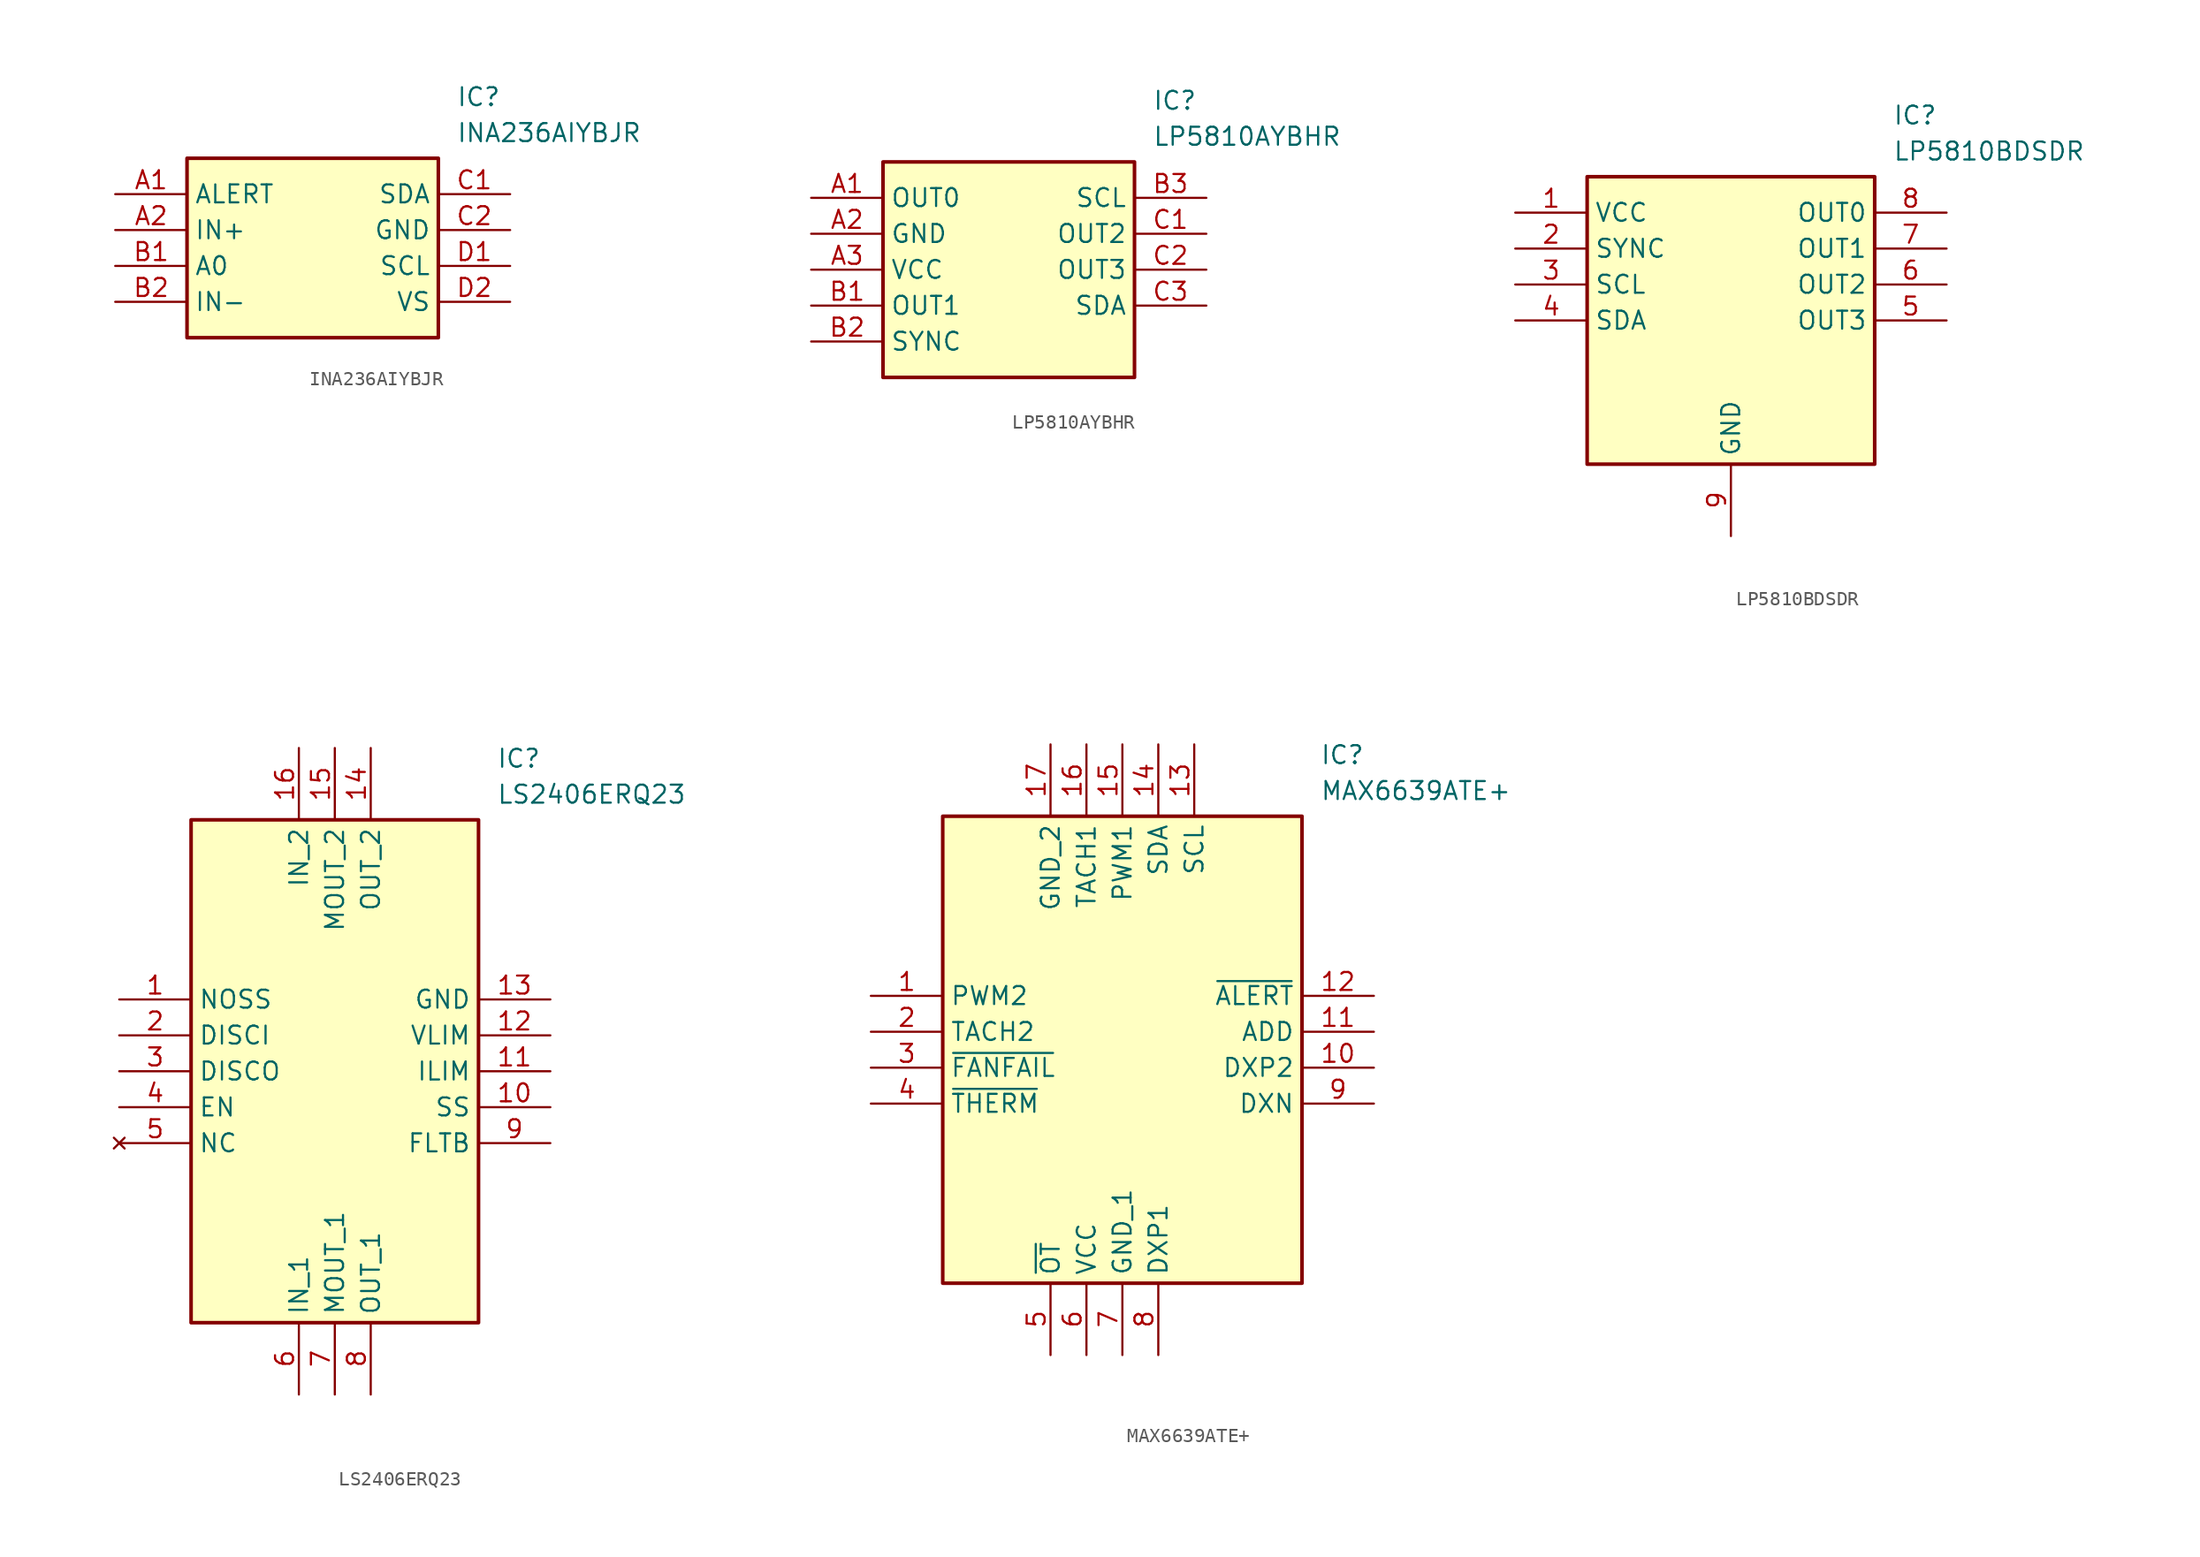
<source format=kicad_sym>
(kicad_symbol_lib
  (version 20220914)
  (generator SamacSys_ECAD_Model)
  (symbol "INA236AIYBJR"
    (property "Reference" "IC"
      (at 24.13 7.62 0)
      (effects (font (size 1.27 1.27)) (justify left top)))
    (property "Value" "INA236AIYBJR"
      (at 24.13 5.08 0)
      (effects (font (size 1.27 1.27)) (justify left top)))
    (rectangle
      (start 5.08 2.54)
      (end 22.86 -10.16)
      (stroke (width 0.254) (type default))
      (fill (type background)))
    (pin passive line
      (at 0 0 0)
      (length 5.08)
      (name "ALERT" (effects (font (size 1.27 1.27))))
      (number "A1" (effects (font (size 1.27 1.27)))))
    (pin passive line
      (at 0 -2.54 0)
      (length 5.08)
      (name "IN+" (effects (font (size 1.27 1.27))))
      (number "A2" (effects (font (size 1.27 1.27)))))
    (pin passive line
      (at 0 -5.08 0)
      (length 5.08)
      (name "A0" (effects (font (size 1.27 1.27))))
      (number "B1" (effects (font (size 1.27 1.27)))))
    (pin passive line
      (at 0 -7.62 0)
      (length 5.08)
      (name "IN-" (effects (font (size 1.27 1.27))))
      (number "B2" (effects (font (size 1.27 1.27)))))
    (pin passive line
      (at 27.94 0 180)
      (length 5.08)
      (name "SDA" (effects (font (size 1.27 1.27))))
      (number "C1" (effects (font (size 1.27 1.27)))))
    (pin passive line
      (at 27.94 -2.54 180)
      (length 5.08)
      (name "GND" (effects (font (size 1.27 1.27))))
      (number "C2" (effects (font (size 1.27 1.27)))))
    (pin passive line
      (at 27.94 -5.08 180)
      (length 5.08)
      (name "SCL" (effects (font (size 1.27 1.27))))
      (number "D1" (effects (font (size 1.27 1.27)))))
    (pin passive line
      (at 27.94 -7.62 180)
      (length 5.08)
      (name "VS" (effects (font (size 1.27 1.27))))
      (number "D2" (effects (font (size 1.27 1.27))))))
  (symbol "LP5810AYBHR"
    (property "Reference" "IC"
      (at 24.13 7.62 0)
      (effects (font (size 1.27 1.27)) (justify left top)))
    (property "Value" "LP5810AYBHR"
      (at 24.13 5.08 0)
      (effects (font (size 1.27 1.27)) (justify left top)))
    (rectangle
      (start 5.08 2.54)
      (end 22.86 -12.7)
      (stroke (width 0.254) (type default))
      (fill (type background)))
    (pin passive line
      (at 0 0 0)
      (length 5.08)
      (name "OUT0" (effects (font (size 1.27 1.27))))
      (number "A1" (effects (font (size 1.27 1.27)))))
    (pin passive line
      (at 0 -2.54 0)
      (length 5.08)
      (name "GND" (effects (font (size 1.27 1.27))))
      (number "A2" (effects (font (size 1.27 1.27)))))
    (pin passive line
      (at 0 -5.08 0)
      (length 5.08)
      (name "VCC" (effects (font (size 1.27 1.27))))
      (number "A3" (effects (font (size 1.27 1.27)))))
    (pin passive line
      (at 0 -7.62 0)
      (length 5.08)
      (name "OUT1" (effects (font (size 1.27 1.27))))
      (number "B1" (effects (font (size 1.27 1.27)))))
    (pin passive line
      (at 0 -10.16 0)
      (length 5.08)
      (name "SYNC" (effects (font (size 1.27 1.27))))
      (number "B2" (effects (font (size 1.27 1.27)))))
    (pin passive line
      (at 27.94 0 180)
      (length 5.08)
      (name "SCL" (effects (font (size 1.27 1.27))))
      (number "B3" (effects (font (size 1.27 1.27)))))
    (pin passive line
      (at 27.94 -2.54 180)
      (length 5.08)
      (name "OUT2" (effects (font (size 1.27 1.27))))
      (number "C1" (effects (font (size 1.27 1.27)))))
    (pin passive line
      (at 27.94 -5.08 180)
      (length 5.08)
      (name "OUT3" (effects (font (size 1.27 1.27))))
      (number "C2" (effects (font (size 1.27 1.27)))))
    (pin passive line
      (at 27.94 -7.62 180)
      (length 5.08)
      (name "SDA" (effects (font (size 1.27 1.27))))
      (number "C3" (effects (font (size 1.27 1.27))))))
  (symbol "LP5810BDSDR"
    (property "Reference" "IC"
      (at 26.67 7.62 0)
      (effects (font (size 1.27 1.27)) (justify left top)))
    (property "Value" "LP5810BDSDR"
      (at 26.67 5.08 0)
      (effects (font (size 1.27 1.27)) (justify left top)))
    (rectangle
      (start 5.08 2.54)
      (end 25.4 -17.78)
      (stroke (width 0.254) (type default))
      (fill (type background)))
    (pin passive line
      (at 0 0 0)
      (length 5.08)
      (name "VCC" (effects (font (size 1.27 1.27))))
      (number "1" (effects (font (size 1.27 1.27)))))
    (pin passive line
      (at 0 -2.54 0)
      (length 5.08)
      (name "SYNC" (effects (font (size 1.27 1.27))))
      (number "2" (effects (font (size 1.27 1.27)))))
    (pin passive line
      (at 0 -5.08 0)
      (length 5.08)
      (name "SCL" (effects (font (size 1.27 1.27))))
      (number "3" (effects (font (size 1.27 1.27)))))
    (pin passive line
      (at 0 -7.62 0)
      (length 5.08)
      (name "SDA" (effects (font (size 1.27 1.27))))
      (number "4" (effects (font (size 1.27 1.27)))))
    (pin passive line
      (at 15.24 -22.86 90)
      (length 5.08)
      (name "GND" (effects (font (size 1.27 1.27))))
      (number "9" (effects (font (size 1.27 1.27)))))
    (pin passive line
      (at 30.48 0 180)
      (length 5.08)
      (name "OUT0" (effects (font (size 1.27 1.27))))
      (number "8" (effects (font (size 1.27 1.27)))))
    (pin passive line
      (at 30.48 -2.54 180)
      (length 5.08)
      (name "OUT1" (effects (font (size 1.27 1.27))))
      (number "7" (effects (font (size 1.27 1.27)))))
    (pin passive line
      (at 30.48 -5.08 180)
      (length 5.08)
      (name "OUT2" (effects (font (size 1.27 1.27))))
      (number "6" (effects (font (size 1.27 1.27)))))
    (pin passive line
      (at 30.48 -7.62 180)
      (length 5.08)
      (name "OUT3" (effects (font (size 1.27 1.27))))
      (number "5" (effects (font (size 1.27 1.27))))))
  (symbol "LS2406ERQ23"
    (property "Reference" "IC"
      (at 26.67 17.78 0)
      (effects (font (size 1.27 1.27)) (justify left top)))
    (property "Value" "LS2406ERQ23"
      (at 26.67 15.24 0)
      (effects (font (size 1.27 1.27)) (justify left top)))
    (rectangle
      (start 5.08 12.7)
      (end 25.4 -22.86)
      (stroke (width 0.254) (type default))
      (fill (type background)))
    (pin passive line
      (at 0 0 0)
      (length 5.08)
      (name "NOSS" (effects (font (size 1.27 1.27))))
      (number "1" (effects (font (size 1.27 1.27)))))
    (pin passive line
      (at 0 -2.54 0)
      (length 5.08)
      (name "DISCI" (effects (font (size 1.27 1.27))))
      (number "2" (effects (font (size 1.27 1.27)))))
    (pin passive line
      (at 0 -5.08 0)
      (length 5.08)
      (name "DISCO" (effects (font (size 1.27 1.27))))
      (number "3" (effects (font (size 1.27 1.27)))))
    (pin passive line
      (at 0 -7.62 0)
      (length 5.08)
      (name "EN" (effects (font (size 1.27 1.27))))
      (number "4" (effects (font (size 1.27 1.27)))))
    (pin no_connect line
      (at 0 -10.16 0)
      (length 5.08)
      (name "NC" (effects (font (size 1.27 1.27))))
      (number "5" (effects (font (size 1.27 1.27)))))
    (pin passive line
      (at 12.7 -27.94 90)
      (length 5.08)
      (name "IN_1" (effects (font (size 1.27 1.27))))
      (number "6" (effects (font (size 1.27 1.27)))))
    (pin passive line
      (at 15.24 -27.94 90)
      (length 5.08)
      (name "MOUT_1" (effects (font (size 1.27 1.27))))
      (number "7" (effects (font (size 1.27 1.27)))))
    (pin passive line
      (at 17.78 -27.94 90)
      (length 5.08)
      (name "OUT_1" (effects (font (size 1.27 1.27))))
      (number "8" (effects (font (size 1.27 1.27)))))
    (pin passive line
      (at 30.48 -10.16 180)
      (length 5.08)
      (name "FLTB" (effects (font (size 1.27 1.27))))
      (number "9" (effects (font (size 1.27 1.27)))))
    (pin passive line
      (at 30.48 -7.62 180)
      (length 5.08)
      (name "SS" (effects (font (size 1.27 1.27))))
      (number "10" (effects (font (size 1.27 1.27)))))
    (pin passive line
      (at 30.48 -5.08 180)
      (length 5.08)
      (name "ILIM" (effects (font (size 1.27 1.27))))
      (number "11" (effects (font (size 1.27 1.27)))))
    (pin passive line
      (at 30.48 -2.54 180)
      (length 5.08)
      (name "VLIM" (effects (font (size 1.27 1.27))))
      (number "12" (effects (font (size 1.27 1.27)))))
    (pin passive line
      (at 30.48 0 180)
      (length 5.08)
      (name "GND" (effects (font (size 1.27 1.27))))
      (number "13" (effects (font (size 1.27 1.27)))))
    (pin passive line
      (at 17.78 17.78 270)
      (length 5.08)
      (name "OUT_2" (effects (font (size 1.27 1.27))))
      (number "14" (effects (font (size 1.27 1.27)))))
    (pin passive line
      (at 15.24 17.78 270)
      (length 5.08)
      (name "MOUT_2" (effects (font (size 1.27 1.27))))
      (number "15" (effects (font (size 1.27 1.27)))))
    (pin passive line
      (at 12.7 17.78 270)
      (length 5.08)
      (name "IN_2" (effects (font (size 1.27 1.27))))
      (number "16" (effects (font (size 1.27 1.27))))))
  (symbol "MAX6639ATE+"
    (property "Reference" "IC"
      (at 31.75 17.78 0)
      (effects (font (size 1.27 1.27)) (justify left top)))
    (property "Value" "MAX6639ATE+"
      (at 31.75 15.24 0)
      (effects (font (size 1.27 1.27)) (justify left top)))
    (rectangle
      (start 5.08 12.7)
      (end 30.48 -20.32)
      (stroke (width 0.254) (type default))
      (fill (type background)))
    (pin passive line
      (at 0 0 0)
      (length 5.08)
      (name "PWM2" (effects (font (size 1.27 1.27))))
      (number "1" (effects (font (size 1.27 1.27)))))
    (pin passive line
      (at 0 -2.54 0)
      (length 5.08)
      (name "TACH2" (effects (font (size 1.27 1.27))))
      (number "2" (effects (font (size 1.27 1.27)))))
    (pin passive line
      (at 0 -5.08 0)
      (length 5.08)
      (name "~{FANFAIL}" (effects (font (size 1.27 1.27))))
      (number "3" (effects (font (size 1.27 1.27)))))
    (pin passive line
      (at 0 -7.62 0)
      (length 5.08)
      (name "~{THERM}" (effects (font (size 1.27 1.27))))
      (number "4" (effects (font (size 1.27 1.27)))))
    (pin passive line
      (at 12.7 -25.4 90)
      (length 5.08)
      (name "~{OT}" (effects (font (size 1.27 1.27))))
      (number "5" (effects (font (size 1.27 1.27)))))
    (pin passive line
      (at 15.24 -25.4 90)
      (length 5.08)
      (name "VCC" (effects (font (size 1.27 1.27))))
      (number "6" (effects (font (size 1.27 1.27)))))
    (pin passive line
      (at 17.78 -25.4 90)
      (length 5.08)
      (name "GND_1" (effects (font (size 1.27 1.27))))
      (number "7" (effects (font (size 1.27 1.27)))))
    (pin passive line
      (at 20.32 -25.4 90)
      (length 5.08)
      (name "DXP1" (effects (font (size 1.27 1.27))))
      (number "8" (effects (font (size 1.27 1.27)))))
    (pin passive line
      (at 35.56 0 180)
      (length 5.08)
      (name "~{ALERT}" (effects (font (size 1.27 1.27))))
      (number "12" (effects (font (size 1.27 1.27)))))
    (pin passive line
      (at 35.56 -2.54 180)
      (length 5.08)
      (name "ADD" (effects (font (size 1.27 1.27))))
      (number "11" (effects (font (size 1.27 1.27)))))
    (pin passive line
      (at 35.56 -5.08 180)
      (length 5.08)
      (name "DXP2" (effects (font (size 1.27 1.27))))
      (number "10" (effects (font (size 1.27 1.27)))))
    (pin passive line
      (at 35.56 -7.62 180)
      (length 5.08)
      (name "DXN" (effects (font (size 1.27 1.27))))
      (number "9" (effects (font (size 1.27 1.27)))))
    (pin passive line
      (at 12.7 17.78 270)
      (length 5.08)
      (name "GND_2" (effects (font (size 1.27 1.27))))
      (number "17" (effects (font (size 1.27 1.27)))))
    (pin passive line
      (at 15.24 17.78 270)
      (length 5.08)
      (name "TACH1" (effects (font (size 1.27 1.27))))
      (number "16" (effects (font (size 1.27 1.27)))))
    (pin passive line
      (at 17.78 17.78 270)
      (length 5.08)
      (name "PWM1" (effects (font (size 1.27 1.27))))
      (number "15" (effects (font (size 1.27 1.27)))))
    (pin passive line
      (at 20.32 17.78 270)
      (length 5.08)
      (name "SDA" (effects (font (size 1.27 1.27))))
      (number "14" (effects (font (size 1.27 1.27)))))
    (pin passive line
      (at 22.86 17.78 270)
      (length 5.08)
      (name "SCL" (effects (font (size 1.27 1.27))))
      (number "13" (effects (font (size 1.27 1.27)))))))
</source>
